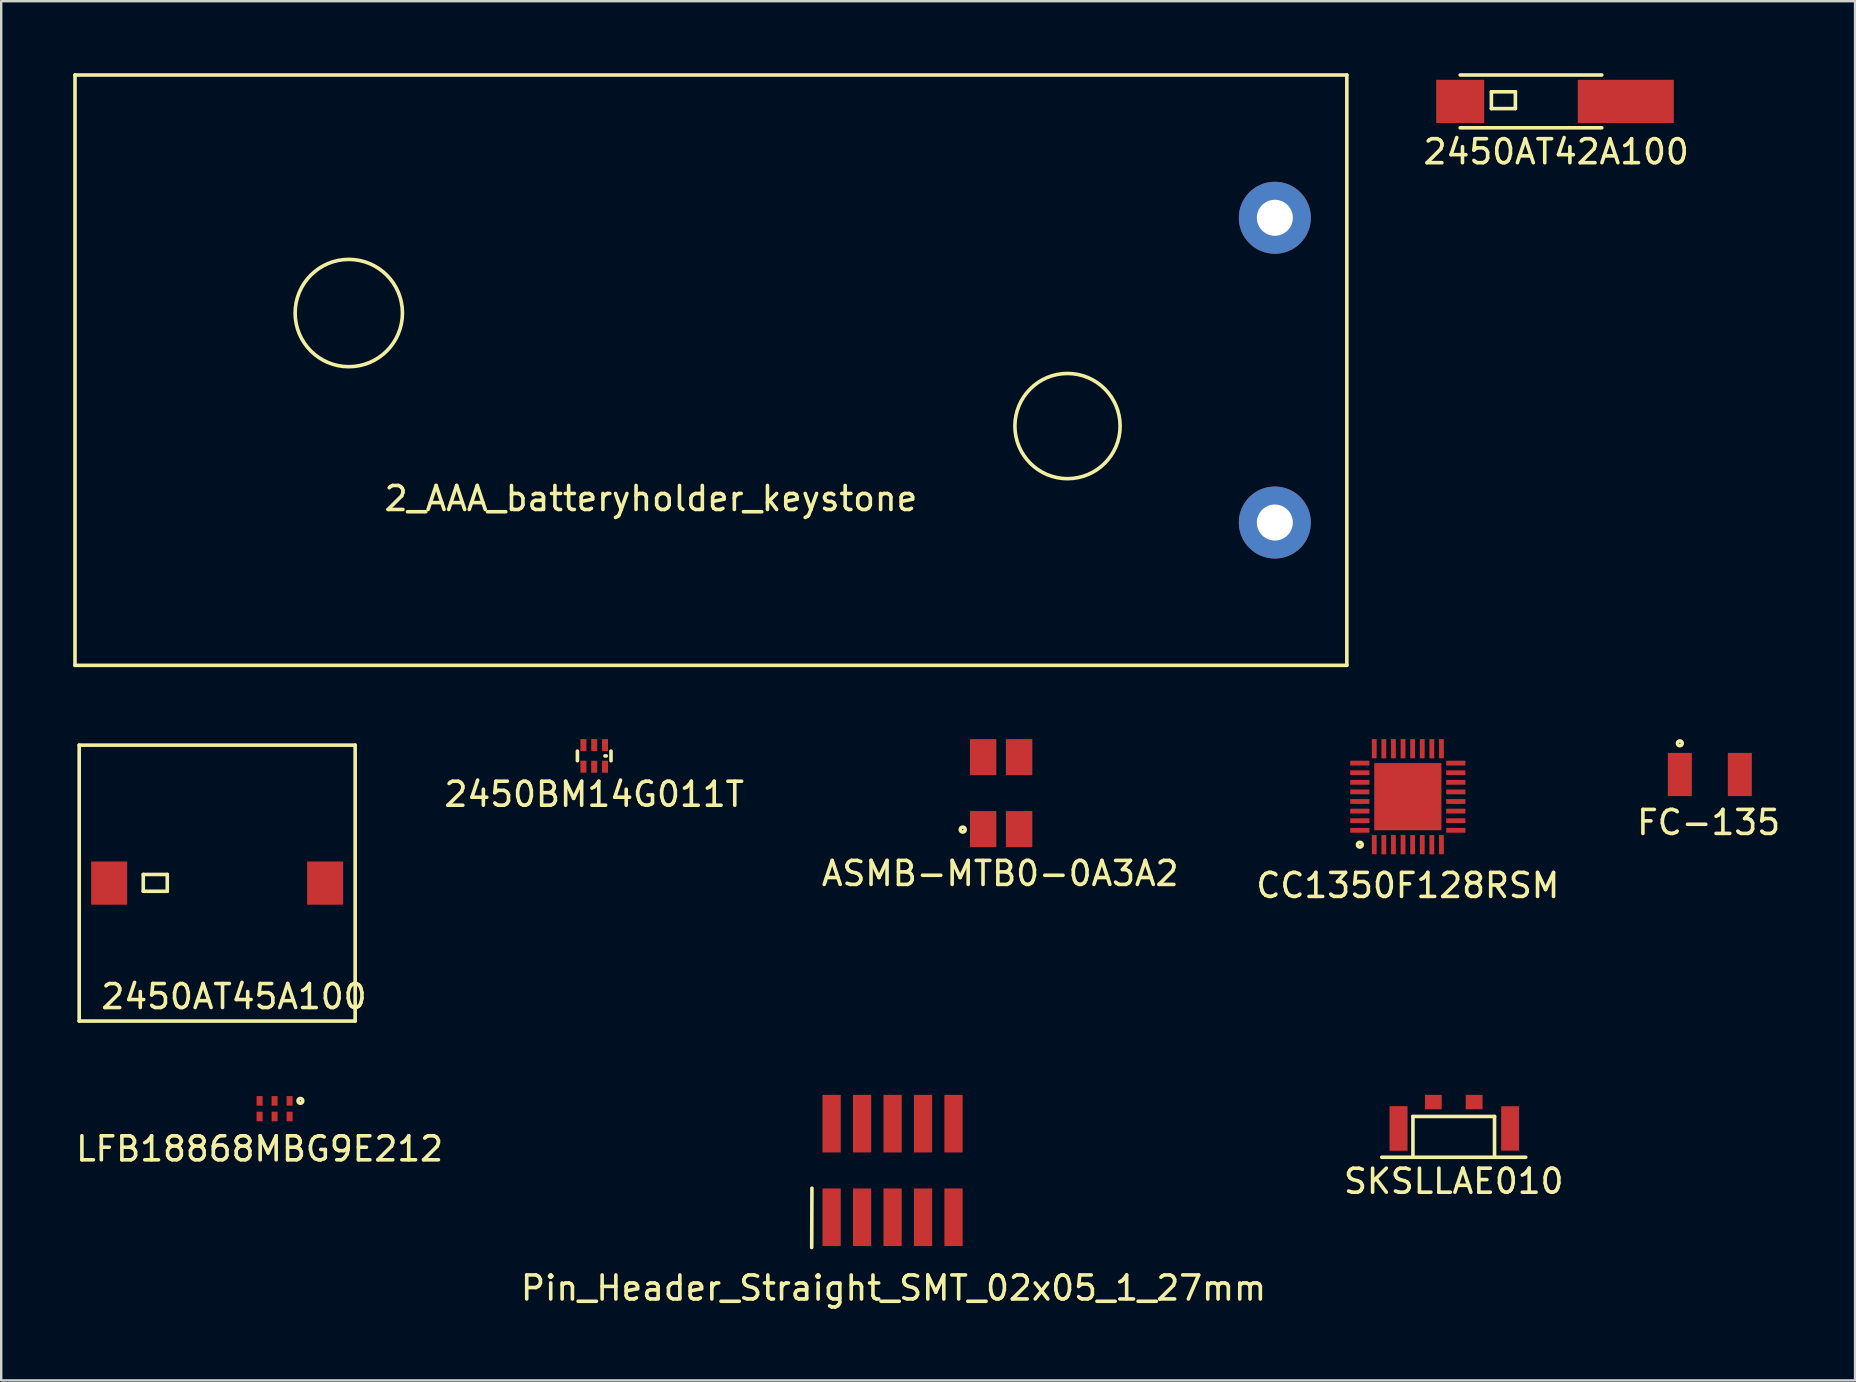
<source format=kicad_pcb>
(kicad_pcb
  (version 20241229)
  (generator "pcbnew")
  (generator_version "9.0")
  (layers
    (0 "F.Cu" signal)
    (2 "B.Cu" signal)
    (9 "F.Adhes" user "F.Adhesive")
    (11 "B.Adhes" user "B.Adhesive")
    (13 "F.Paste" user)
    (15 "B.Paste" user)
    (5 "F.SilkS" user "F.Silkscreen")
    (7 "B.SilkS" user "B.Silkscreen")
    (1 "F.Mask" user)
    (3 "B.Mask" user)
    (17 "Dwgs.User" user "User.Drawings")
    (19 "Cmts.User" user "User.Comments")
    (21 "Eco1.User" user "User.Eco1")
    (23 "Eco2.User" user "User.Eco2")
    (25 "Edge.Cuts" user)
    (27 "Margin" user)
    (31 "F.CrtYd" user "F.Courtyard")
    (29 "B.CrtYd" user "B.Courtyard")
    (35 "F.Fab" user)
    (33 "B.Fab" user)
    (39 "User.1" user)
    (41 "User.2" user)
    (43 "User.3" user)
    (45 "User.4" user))
  (footprint "2450BM14G011T"
    (placed yes)
    (layer "F.Cu")
    (at 21.712 28.45)
    (property "Reference" "2450BM14G011T" (at 0 1.6 0) (layer "F.SilkS") (effects (font (size 1 1) (thickness 0.15))))
    (attr through_hole)
    (fp_line (start -0.7 0.2) (end -0.7 -0.2) (stroke (width 0.15) (type solid)) (layer "F.SilkS"))
    (fp_line (start 0.5 0) (end 0.45 0) (stroke (width 0.15) (type solid)) (layer "F.SilkS"))
    (fp_line (start 0.7 0.2) (end 0.7 -0.2) (stroke (width 0.15) (type solid)) (layer "F.SilkS"))
    (pad "" smd rect (at 0 -0.45) (size 0.25 0.5) (layers "F.Cu" "F.Mask" "F.Paste"))
    (pad "1" smd rect (at 0.45 -0.45) (size 0.25 0.5) (layers "F.Cu" "F.Mask" "F.Paste"))
    (pad "3" smd rect (at -0.45 -0.45) (size 0.25 0.5) (layers "F.Cu" "F.Mask" "F.Paste"))
    (pad "4" smd rect (at -0.45 0.45) (size 0.25 0.5) (layers "F.Cu" "F.Mask" "F.Paste"))
    (pad "5" smd rect (at 0 0.45) (size 0.25 0.5) (layers "F.Cu" "F.Mask" "F.Paste"))
    (pad "6" smd rect (at 0.45 0.45) (size 0.25 0.5) (layers "F.Cu" "F.Mask" "F.Paste")))
  (footprint "2450AT45A100"
    (layer "F.Cu")
    (at 0.25 28)
    (property "Reference" "2450AT45A100" (at 6.45 10.48 0) (layer "F.SilkS") (effects (font (size 1 1) (thickness 0.15))))
    (attr through_hole)
    (fp_line (start 0 0) (end 0 11.5) (stroke (width 0.15) (type solid)) (layer "F.SilkS"))
    (fp_line (start 0 0) (end 11.5 0) (stroke (width 0.15) (type solid)) (layer "F.SilkS"))
    (fp_line (start 0 11.5) (end 11.5 11.5) (stroke (width 0.15) (type solid)) (layer "F.SilkS"))
    (fp_line (start 2.67 5.39) (end 2.67 6.09) (stroke (width 0.15) (type solid)) (layer "F.SilkS"))
    (fp_line (start 2.67 6.09) (end 3.67 6.09) (stroke (width 0.15) (type solid)) (layer "F.SilkS"))
    (fp_line (start 3.67 5.39) (end 2.67 5.39) (stroke (width 0.15) (type solid)) (layer "F.SilkS"))
    (fp_line (start 3.67 6.09) (end 3.67 5.39) (stroke (width 0.15) (type solid)) (layer "F.SilkS"))
    (fp_line (start 11.5 11.5) (end 11.5 0) (stroke (width 0.15) (type solid)) (layer "F.SilkS"))
    (pad "" smd rect (at 10.25 5.75) (size 1.5 1.8) (layers "F.Cu" "F.Mask" "F.Paste"))
    (pad "1" smd rect (at 1.25 5.75) (size 1.5 1.8) (layers "F.Cu" "F.Mask" "F.Paste")))
  (footprint "SKSLLAE010"
    (layer "F.Cu")
    (at 57.53 45.175)
    (property "Reference" "SKSLLAE010" (at 0 1 0) (layer "F.SilkS") (effects (font (size 1 1) (thickness 0.15))))
    (attr through_hole)
    (fp_line (start -3 0) (end 3 0) (stroke (width 0.15) (type solid)) (layer "F.SilkS"))
    (fp_line (start -1.7 -1.7) (end 1.7 -1.7) (stroke (width 0.15) (type solid)) (layer "F.SilkS"))
    (fp_line (start -1.7 0) (end -1.7 -1.7) (stroke (width 0.15) (type solid)) (layer "F.SilkS"))
    (fp_line (start 1.7 -1.7) (end 1.7 0) (stroke (width 0.15) (type solid)) (layer "F.SilkS"))
    (pad "" smd rect (at -2.3 -1.2) (size 0.75 1.86) (layers "F.Cu" "F.Mask" "F.Paste"))
    (pad "" smd rect (at 2.35 -1.2) (size 0.75 1.85) (layers "F.Cu" "F.Mask" "F.Paste"))
    (pad "1" smd rect (at -0.85 -2.3) (size 0.7 0.6) (layers "F.Cu" "F.Mask" "F.Paste"))
    (pad "2" smd rect (at 0.85 -2.3) (size 0.7 0.6) (layers "F.Cu" "F.Mask" "F.Paste")))
  (footprint "FC-135"
    (layer "F.Cu")
    (at 68.152 29.225)
    (property "Reference" "FC-135" (at 0 2 0) (layer "F.SilkS") (effects (font (size 1 1) (thickness 0.15))))
    (attr through_hole)
    (fp_circle (center -1.2 -1.3) (end -1.2 -1.2) (stroke (width 0.15) (type solid)) (fill no) (layer "F.SilkS"))
    (pad "1" smd rect (at -1.2 0) (size 1 1.8) (layers "F.Cu" "F.Mask" "F.Paste"))
    (pad "2" smd rect (at 1.3 0) (size 1 1.8) (layers "F.Cu" "F.Mask" "F.Paste")))
  (footprint "Pin_Header_Straight_SMT_02x05_1_27mm"
    (layer "F.Cu")
    (at 34.185 45.625)
    (property "Reference" "Pin_Header_Straight_SMT_02x05_1_27mm" (at 0 5 0) (layer "F.SilkS") (effects (font (size 1 1) (thickness 0.15))))
    (attr smd)
    (fp_line (start -3.41 3.31) (end -3.4 0.84) (stroke (width 0.15) (type solid)) (layer "F.SilkS"))
    (pad "1" smd rect (at -2.58 2.05) (size 0.76 2.4) (layers "F.Cu" "F.Mask" "F.Paste"))
    (pad "2" smd rect (at -2.58 -1.85) (size 0.76 2.4) (layers "F.Cu" "F.Mask" "F.Paste"))
    (pad "3" smd rect (at -1.31 2.05) (size 0.76 2.4) (layers "F.Cu" "F.Mask" "F.Paste"))
    (pad "4" smd rect (at -1.31 -1.85) (size 0.76 2.4) (layers "F.Cu" "F.Mask" "F.Paste"))
    (pad "5" smd rect (at -0.04 2.05) (size 0.76 2.4) (layers "F.Cu" "F.Mask" "F.Paste"))
    (pad "6" smd rect (at -0.04 -1.85) (size 0.76 2.4) (layers "F.Cu" "F.Mask" "F.Paste"))
    (pad "7" smd rect (at 1.23 2.05) (size 0.76 2.4) (layers "F.Cu" "F.Mask" "F.Paste"))
    (pad "8" smd rect (at 1.23 -1.85) (size 0.76 2.4) (layers "F.Cu" "F.Mask" "F.Paste"))
    (pad "9" smd rect (at 2.5 2.05) (size 0.76 2.4) (layers "F.Cu" "F.Mask" "F.Paste"))
    (pad "10" smd rect (at 2.5 -1.85) (size 0.76 2.4) (layers "F.Cu" "F.Mask" "F.Paste")))
  (footprint "LFB18868MBG9E212"
    (layer "F.Cu")
    (at 7.768 42.825)
    (property "Reference" "LFB18868MBG9E212" (at 0 2 0) (layer "F.SilkS") (effects (font (size 1 1) (thickness 0.15))))
    (attr through_hole)
    (fp_circle (center 1.7 0) (end 1.6 0) (stroke (width 0.15) (type solid)) (fill no) (layer "F.SilkS"))
    (pad "1" smd rect (at 1.25 0) (size 0.25 0.4) (layers "F.Cu" "F.Mask" "F.Paste"))
    (pad "2" smd rect (at 0.625 0) (size 0.25 0.4) (layers "F.Cu" "F.Mask" "F.Paste"))
    (pad "3" smd rect (at 0 0) (size 0.25 0.4) (layers "F.Cu" "F.Mask" "F.Paste"))
    (pad "4" smd rect (at 0 0.65) (size 0.25 0.4) (layers "F.Cu" "F.Mask" "F.Paste"))
    (pad "5" smd rect (at 0.625 0.65) (size 0.25 0.4) (layers "F.Cu" "F.Mask" "F.Paste"))
    (pad "6" smd rect (at 1.25 0.65) (size 0.25 0.4) (layers "F.Cu" "F.Mask" "F.Paste")))
  (footprint "ASMB-MTB0-0A3A2"
    (layer "F.Cu")
    (at 37.919 28.5)
    (property "Reference" "ASMB-MTB0-0A3A2" (at 0.71 4.85 0) (layer "F.SilkS") (effects (font (size 1 1) (thickness 0.15))))
    (attr through_hole)
    (fp_circle (center -0.85 3.02) (end -0.83 3) (stroke (width 0.15) (type solid)) (fill no) (layer "F.SilkS"))
    (pad "1" smd rect (at 0 3) (size 1.1 1.5) (layers "F.Cu" "F.Mask" "F.Paste"))
    (pad "2" smd rect (at 0 0) (size 1.1 1.5) (layers "F.Cu" "F.Mask" "F.Paste"))
    (pad "3" smd rect (at 1.5 0) (size 1.1 1.5) (layers "F.Cu" "F.Mask" "F.Paste"))
    (pad "4" smd rect (at 1.5 3) (size 1.1 1.5) (layers "F.Cu" "F.Mask" "F.Paste")))
  (footprint "CC1350F128RSM"
    (layer "F.Cu")
    (at 55.617 30.15)
    (property "Reference" "CC1350F128RSM" (at 0 3.7 0) (layer "F.SilkS") (effects (font (size 1 1) (thickness 0.15))))
    (attr through_hole)
    (fp_circle (center -2 2) (end -2 1.9) (stroke (width 0.15) (type solid)) (fill no) (layer "F.SilkS"))
    (pad "" smd rect (at 0 0) (size 2.8 2.8) (layers "F.Cu" "F.Mask" "F.Paste"))
    (pad "1" smd rect (at -1.4 2) (size 0.2 0.8) (layers "F.Cu" "F.Mask" "F.Paste"))
    (pad "2" smd rect (at -1 2) (size 0.2 0.8) (layers "F.Cu" "F.Mask" "F.Paste"))
    (pad "3" smd rect (at -0.6 2) (size 0.2 0.8) (layers "F.Cu" "F.Mask" "F.Paste"))
    (pad "4" smd rect (at -0.2 2) (size 0.2 0.8) (layers "F.Cu" "F.Mask" "F.Paste"))
    (pad "5" smd rect (at 0.2 2) (size 0.2 0.8) (layers "F.Cu" "F.Mask" "F.Paste"))
    (pad "6" smd rect (at 0.6 2) (size 0.2 0.8) (layers "F.Cu" "F.Mask" "F.Paste"))
    (pad "7" smd rect (at 1 2) (size 0.2 0.8) (layers "F.Cu" "F.Mask" "F.Paste"))
    (pad "8" smd rect (at 1.4 2) (size 0.2 0.8) (layers "F.Cu" "F.Mask" "F.Paste"))
    (pad "9" smd rect (at 2 1.4) (size 0.8 0.2) (layers "F.Cu" "F.Mask" "F.Paste"))
    (pad "10" smd rect (at 2 1) (size 0.8 0.2) (layers "F.Cu" "F.Mask" "F.Paste"))
    (pad "11" smd rect (at 2 0.6) (size 0.8 0.2) (layers "F.Cu" "F.Mask" "F.Paste"))
    (pad "12" smd rect (at 2 0.2) (size 0.8 0.2) (layers "F.Cu" "F.Mask" "F.Paste"))
    (pad "13" smd rect (at 2 -0.2) (size 0.8 0.2) (layers "F.Cu" "F.Mask" "F.Paste"))
    (pad "14" smd rect (at 2 -0.6) (size 0.8 0.2) (layers "F.Cu" "F.Mask" "F.Paste"))
    (pad "15" smd rect (at 2 -1) (size 0.8 0.2) (layers "F.Cu" "F.Mask" "F.Paste"))
    (pad "16" smd rect (at 2 -1.4) (size 0.8 0.2) (layers "F.Cu" "F.Mask" "F.Paste"))
    (pad "17" smd rect (at 1.4 -2) (size 0.2 0.8) (layers "F.Cu" "F.Mask" "F.Paste"))
    (pad "18" smd rect (at 1 -2) (size 0.2 0.8) (layers "F.Cu" "F.Mask" "F.Paste"))
    (pad "19" smd rect (at 0.6 -2) (size 0.2 0.8) (layers "F.Cu" "F.Mask" "F.Paste"))
    (pad "20" smd rect (at 0.2 -2) (size 0.2 0.8) (layers "F.Cu" "F.Mask" "F.Paste"))
    (pad "21" smd rect (at -0.2 -2) (size 0.2 0.8) (layers "F.Cu" "F.Mask" "F.Paste"))
    (pad "22" smd rect (at -0.6 -2) (size 0.2 0.8) (layers "F.Cu" "F.Mask" "F.Paste"))
    (pad "23" smd rect (at -1 -2) (size 0.2 0.8) (layers "F.Cu" "F.Mask" "F.Paste"))
    (pad "24" smd rect (at -1.4 -2) (size 0.2 0.8) (layers "F.Cu" "F.Mask" "F.Paste"))
    (pad "25" smd rect (at -2 -1.4) (size 0.8 0.2) (layers "F.Cu" "F.Mask" "F.Paste"))
    (pad "26" smd rect (at -2 -1) (size 0.8 0.2) (layers "F.Cu" "F.Mask" "F.Paste"))
    (pad "27" smd rect (at -2 -0.6) (size 0.8 0.2) (layers "F.Cu" "F.Mask" "F.Paste"))
    (pad "28" smd rect (at -2 -0.2) (size 0.8 0.2) (layers "F.Cu" "F.Mask" "F.Paste"))
    (pad "29" smd rect (at -2 0.2) (size 0.8 0.2) (layers "F.Cu" "F.Mask" "F.Paste"))
    (pad "30" smd rect (at -2 0.6) (size 0.8 0.2) (layers "F.Cu" "F.Mask" "F.Paste"))
    (pad "31" smd rect (at -2 1) (size 0.8 0.2) (layers "F.Cu" "F.Mask" "F.Paste"))
    (pad "32" smd rect (at -2 1.4) (size 0.8 0.2) (layers "F.Cu" "F.Mask" "F.Paste")))
  (footprint "2_AAA_batteryholder_keystone"
    (layer "F.Cu")
    (at 50.075 18.725)
    (property "Reference" "2_AAA_batteryholder_keystone" (at -26 -1 0) (layer "F.SilkS") (effects (font (size 1 1) (thickness 0.15))))
    (attr through_hole)
    (fp_line (start -50 -18.65) (end -50 5.95) (stroke (width 0.15) (type solid)) (layer "F.SilkS"))
    (fp_line (start 3 -18.65) (end -50 -18.65) (stroke (width 0.15) (type solid)) (layer "F.SilkS"))
    (fp_line (start 3 -18.65) (end 3 5.95) (stroke (width 0.15) (type solid)) (layer "F.SilkS"))
    (fp_line (start 3 5.95) (end -50 5.95) (stroke (width 0.15) (type solid)) (layer "F.SilkS"))
    (fp_circle (center -38.59 -8.73) (end -40.59 -9.73) (stroke (width 0.15) (type solid)) (fill no) (layer "F.SilkS"))
    (fp_circle (center -8.64 -4.02) (end -9.92 -5.8) (stroke (width 0.15) (type solid)) (fill no) (layer "F.SilkS"))
    (pad "1" thru_hole circle (at 0 0) (size 3 3) (drill 1.5) (layers "*.Cu" "*.Mask"))
    (pad "2" thru_hole circle (at 0 -12.7) (size 3 3) (drill 1.5) (layers "*.Cu" "*.Mask")))
  (footprint "2450AT42A100"
    (layer "F.Cu")
    (at 61.799 2.075)
    (property "Reference" "2450AT42A100" (at 0 1.2 0) (layer "F.SilkS") (effects (font (size 1 1) (thickness 0.15))))
    (attr through_hole)
    (fp_line (start -4 -2) (end 1.9 -2) (stroke (width 0.15) (type solid)) (layer "F.SilkS"))
    (fp_line (start -2.7 -1.3) (end -2.7 -0.6) (stroke (width 0.15) (type solid)) (layer "F.SilkS"))
    (fp_line (start -2.7 -0.6) (end -1.7 -0.6) (stroke (width 0.15) (type solid)) (layer "F.SilkS"))
    (fp_line (start -1.7 -1.3) (end -2.7 -1.3) (stroke (width 0.15) (type solid)) (layer "F.SilkS"))
    (fp_line (start -1.7 -0.6) (end -1.7 -1.3) (stroke (width 0.15) (type solid)) (layer "F.SilkS"))
    (fp_line (start 1.9 0.2) (end -4 0.2) (stroke (width 0.15) (type solid)) (layer "F.SilkS"))
    (pad "" smd rect (at 2.9 -0.9) (size 4 1.8) (layers "F.Cu" "F.Mask" "F.Paste"))
    (pad "1" smd rect (at -4 -0.9) (size 2 1.8) (layers "F.Cu" "F.Mask" "F.Paste")))
  (gr_rect
    (start -3 -3)
    (end 74.254 54.473)
    (stroke (width 0.1) (type default))
    (fill no)
    (layer "Edge.Cuts")))
</source>
